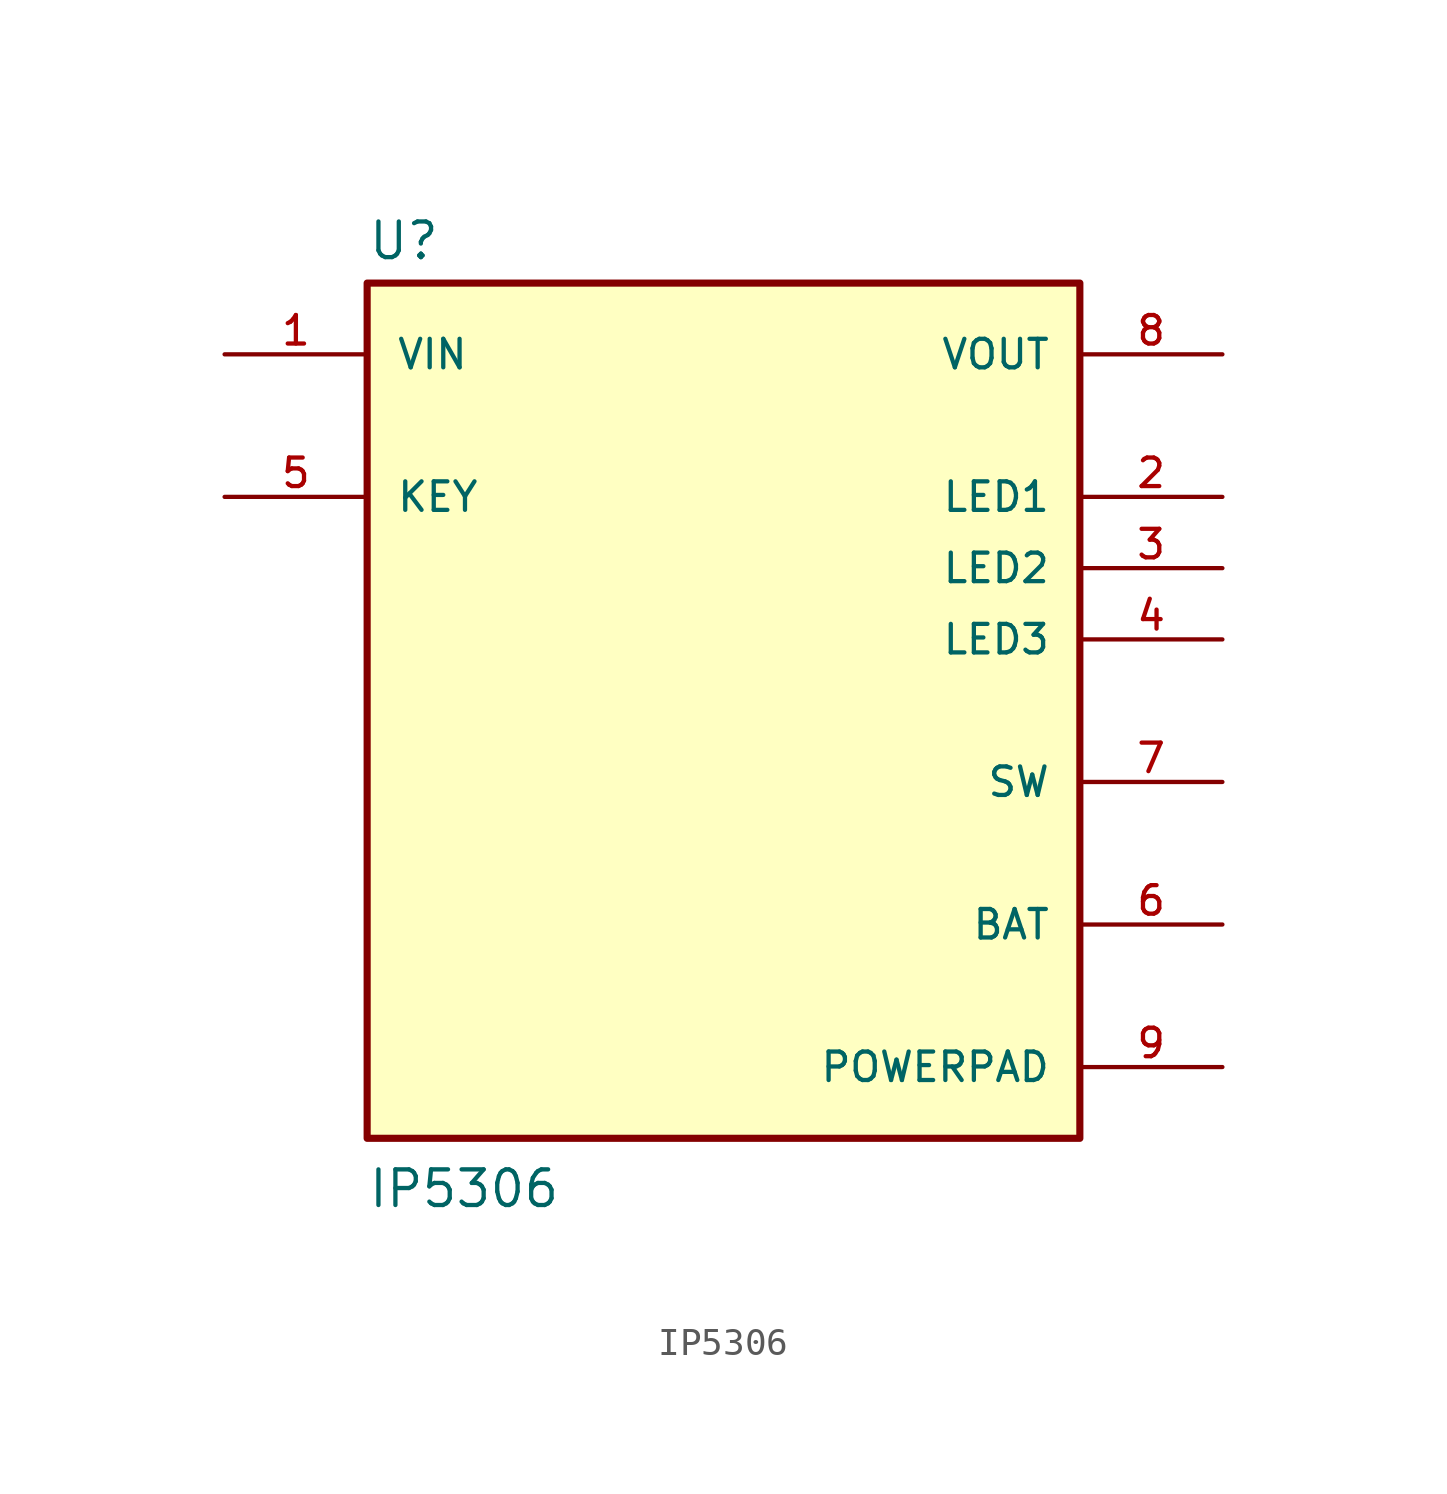
<source format=kicad_sym>
(kicad_symbol_lib
  (version 20211014)
  (generator kicad_symbol_editor)
  (symbol "IP5306"
    (pin_names
      (offset 1.016))
    (property "Reference" "U"
      (at -12.7 16.002 0)
      (effects (font (size 1.27 1.27)) (justify bottom left)))
    (property "Value" "IP5306"
      (at -12.7 -17.78 0)
      (effects (font (size 1.27 1.27)) (justify bottom left)))
    (symbol "IP5306_0_0"
      (rectangle (start -12.7 -15.24) (end 12.7 15.24) (stroke (width 0.254)) (fill (type background)))
      (pin input line (at -17.78 12.7 0) (length 5.08) (name "VIN" (effects (font (size 1.016 1.016)))) (number "1" (effects (font (size 1.016 1.016)))))
      (pin output line (at 17.78 5.08 180.0) (length 5.08) (name "LED2" (effects (font (size 1.016 1.016)))) (number "3" (effects (font (size 1.016 1.016)))))
      (pin output line (at 17.78 7.62 180.0) (length 5.08) (name "LED1" (effects (font (size 1.016 1.016)))) (number "2" (effects (font (size 1.016 1.016)))))
      (pin output line (at 17.78 2.54 180.0) (length 5.08) (name "LED3" (effects (font (size 1.016 1.016)))) (number "4" (effects (font (size 1.016 1.016)))))
      (pin input line (at -17.78 7.62 0) (length 5.08) (name "KEY" (effects (font (size 1.016 1.016)))) (number "5" (effects (font (size 1.016 1.016)))))
      (pin passive line (at 17.78 -7.62 180.0) (length 5.08) (name "BAT" (effects (font (size 1.016 1.016)))) (number "6" (effects (font (size 1.016 1.016)))))
      (pin passive line (at 17.78 -2.54 180.0) (length 5.08) (name "SW" (effects (font (size 1.016 1.016)))) (number "7" (effects (font (size 1.016 1.016)))))
      (pin output line (at 17.78 12.7 180.0) (length 5.08) (name "VOUT" (effects (font (size 1.016 1.016)))) (number "8" (effects (font (size 1.016 1.016)))))
      (pin power_in line (at 17.78 -12.7 180.0) (length 5.08) (name "POWERPAD" (effects (font (size 1.016 1.016)))) (number "9" (effects (font (size 1.016 1.016))))))))
</source>
